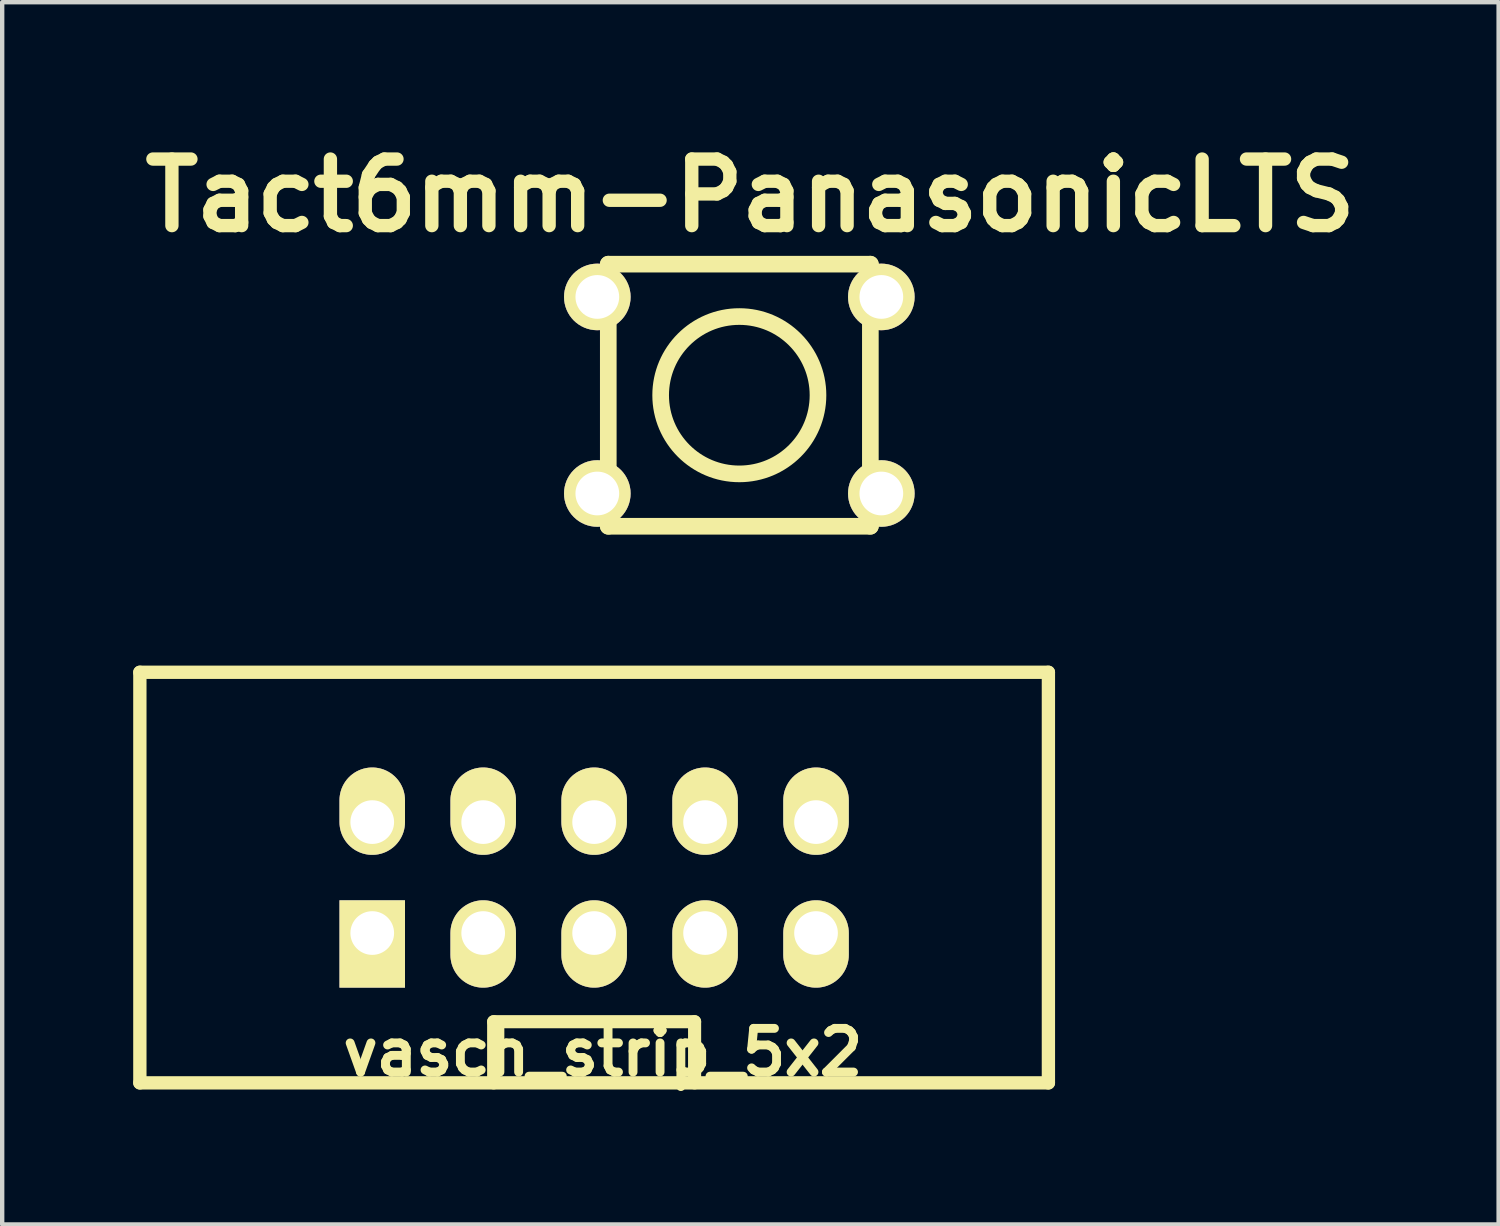
<source format=kicad_pcb>
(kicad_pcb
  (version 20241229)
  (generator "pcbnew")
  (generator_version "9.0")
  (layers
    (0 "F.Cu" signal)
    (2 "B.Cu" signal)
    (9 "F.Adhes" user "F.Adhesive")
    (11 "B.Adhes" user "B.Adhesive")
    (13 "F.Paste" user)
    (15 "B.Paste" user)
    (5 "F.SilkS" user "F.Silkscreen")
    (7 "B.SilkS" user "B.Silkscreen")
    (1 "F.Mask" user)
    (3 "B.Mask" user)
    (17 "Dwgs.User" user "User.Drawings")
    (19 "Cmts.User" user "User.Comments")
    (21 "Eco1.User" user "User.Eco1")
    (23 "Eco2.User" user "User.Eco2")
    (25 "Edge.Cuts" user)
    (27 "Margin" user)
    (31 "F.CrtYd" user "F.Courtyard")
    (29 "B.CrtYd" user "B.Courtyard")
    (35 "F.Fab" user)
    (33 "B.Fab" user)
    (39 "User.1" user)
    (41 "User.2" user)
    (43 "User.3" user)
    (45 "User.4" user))
  (footprint "vasch_strip_5x2"
    (layer "F.Cu")
    (at 10.552 17.041)
    (property "Reference" "vasch_strip_5x2" (at 0.2 4 0) (layer "F.SilkS") (effects (font (size 1 1) (thickness 0.203))))
    (attr through_hole)
    (fp_line (start -10.4 -4.7) (end -10.4 4.7) (stroke (width 0.305) (type solid)) (layer "F.SilkS"))
    (fp_line (start -10.4 4.7) (end 10.4 4.7) (stroke (width 0.305) (type solid)) (layer "F.SilkS"))
    (fp_line (start -2.3 3.3) (end -2.3 4.7) (stroke (width 0.3) (type solid)) (layer "F.SilkS"))
    (fp_line (start 2.3 3.3) (end -2.3 3.3) (stroke (width 0.3) (type solid)) (layer "F.SilkS"))
    (fp_line (start 2.3 4.7) (end 2.3 3.3) (stroke (width 0.3) (type solid)) (layer "F.SilkS"))
    (fp_line (start 10.4 -4.7) (end -10.4 -4.7) (stroke (width 0.305) (type solid)) (layer "F.SilkS"))
    (fp_line (start 10.4 -4.7) (end 10.4 4.7) (stroke (width 0.305) (type solid)) (layer "F.SilkS"))
    (pad "1" thru_hole rect (at -5.08 1.27) (size 1.5 2) (drill 1 (offset 0 0.25)) (layers "*.Cu" "*.Mask" "F.SilkS"))
    (pad "2" thru_hole oval (at -5.08 -1.27) (size 1.5 2) (drill 1 (offset 0 -0.25)) (layers "*.Cu" "*.Mask" "F.SilkS"))
    (pad "3" thru_hole oval (at -2.54 1.27) (size 1.5 2) (drill 1 (offset 0 0.25)) (layers "*.Cu" "*.Mask" "F.SilkS"))
    (pad "4" thru_hole oval (at -2.54 -1.27) (size 1.5 2) (drill 1 (offset 0 -0.25)) (layers "*.Cu" "*.Mask" "F.SilkS"))
    (pad "5" thru_hole oval (at 0 1.27) (size 1.5 2) (drill 1 (offset 0 0.25)) (layers "*.Cu" "*.Mask" "F.SilkS"))
    (pad "6" thru_hole oval (at 0 -1.27) (size 1.5 2) (drill 1 (offset 0 -0.25)) (layers "*.Cu" "*.Mask" "F.SilkS"))
    (pad "7" thru_hole oval (at 2.54 1.27) (size 1.5 2) (drill 1 (offset 0 0.25)) (layers "*.Cu" "*.Mask" "F.SilkS"))
    (pad "8" thru_hole oval (at 2.54 -1.27) (size 1.5 2) (drill 1 (offset 0 -0.25)) (layers "*.Cu" "*.Mask" "F.SilkS"))
    (pad "9" thru_hole oval (at 5.08 1.27) (size 1.5 2) (drill 1 (offset 0 0.25)) (layers "*.Cu" "*.Mask" "F.SilkS"))
    (pad "10" thru_hole oval (at 5.08 -1.27) (size 1.5 2) (drill 1 (offset 0 -0.25)) (layers "*.Cu" "*.Mask" "F.SilkS")))
  (footprint "Tact6mm-PanasonicLTS"
    (layer "F.Cu")
    (at 13.876 5.998)
    (property "Reference" "Tact6mm-PanasonicLTS" (at 0.254 -4.572 0) (layer "F.SilkS") (effects (font (size 1.524 1.524) (thickness 0.305))))
    (attr through_hole)
    (fp_line (start -3 -3) (end -3 3) (stroke (width 0.381) (type solid)) (layer "F.SilkS"))
    (fp_line (start -3 3) (end 3 3) (stroke (width 0.381) (type solid)) (layer "F.SilkS"))
    (fp_line (start 3 -3) (end -3 -3) (stroke (width 0.381) (type solid)) (layer "F.SilkS"))
    (fp_line (start 3 3) (end 3 -3) (stroke (width 0.381) (type solid)) (layer "F.SilkS"))
    (fp_circle (center 0 0) (end 1.801 0) (stroke (width 0.381) (type solid)) (fill no) (layer "F.SilkS"))
    (pad "1" thru_hole circle (at -3.251 -2.25) (size 1.524 1.524) (drill 1.001) (layers "*.Cu" "*.Mask" "F.SilkS"))
    (pad "1" thru_hole circle (at 3.251 -2.25) (size 1.524 1.524) (drill 1.001) (layers "*.Cu" "*.Mask" "F.SilkS"))
    (pad "2" thru_hole circle (at -3.251 2.25) (size 1.524 1.524) (drill 1.001) (layers "*.Cu" "*.Mask" "F.SilkS"))
    (pad "2" thru_hole circle (at 3.251 2.25) (size 1.524 1.524) (drill 1.001) (layers "*.Cu" "*.Mask" "F.SilkS")))
  (gr_rect
    (start -3 -3)
    (end 31.259 24.983)
    (stroke (width 0.1) (type default))
    (fill no)
    (layer "Edge.Cuts")))
</source>
